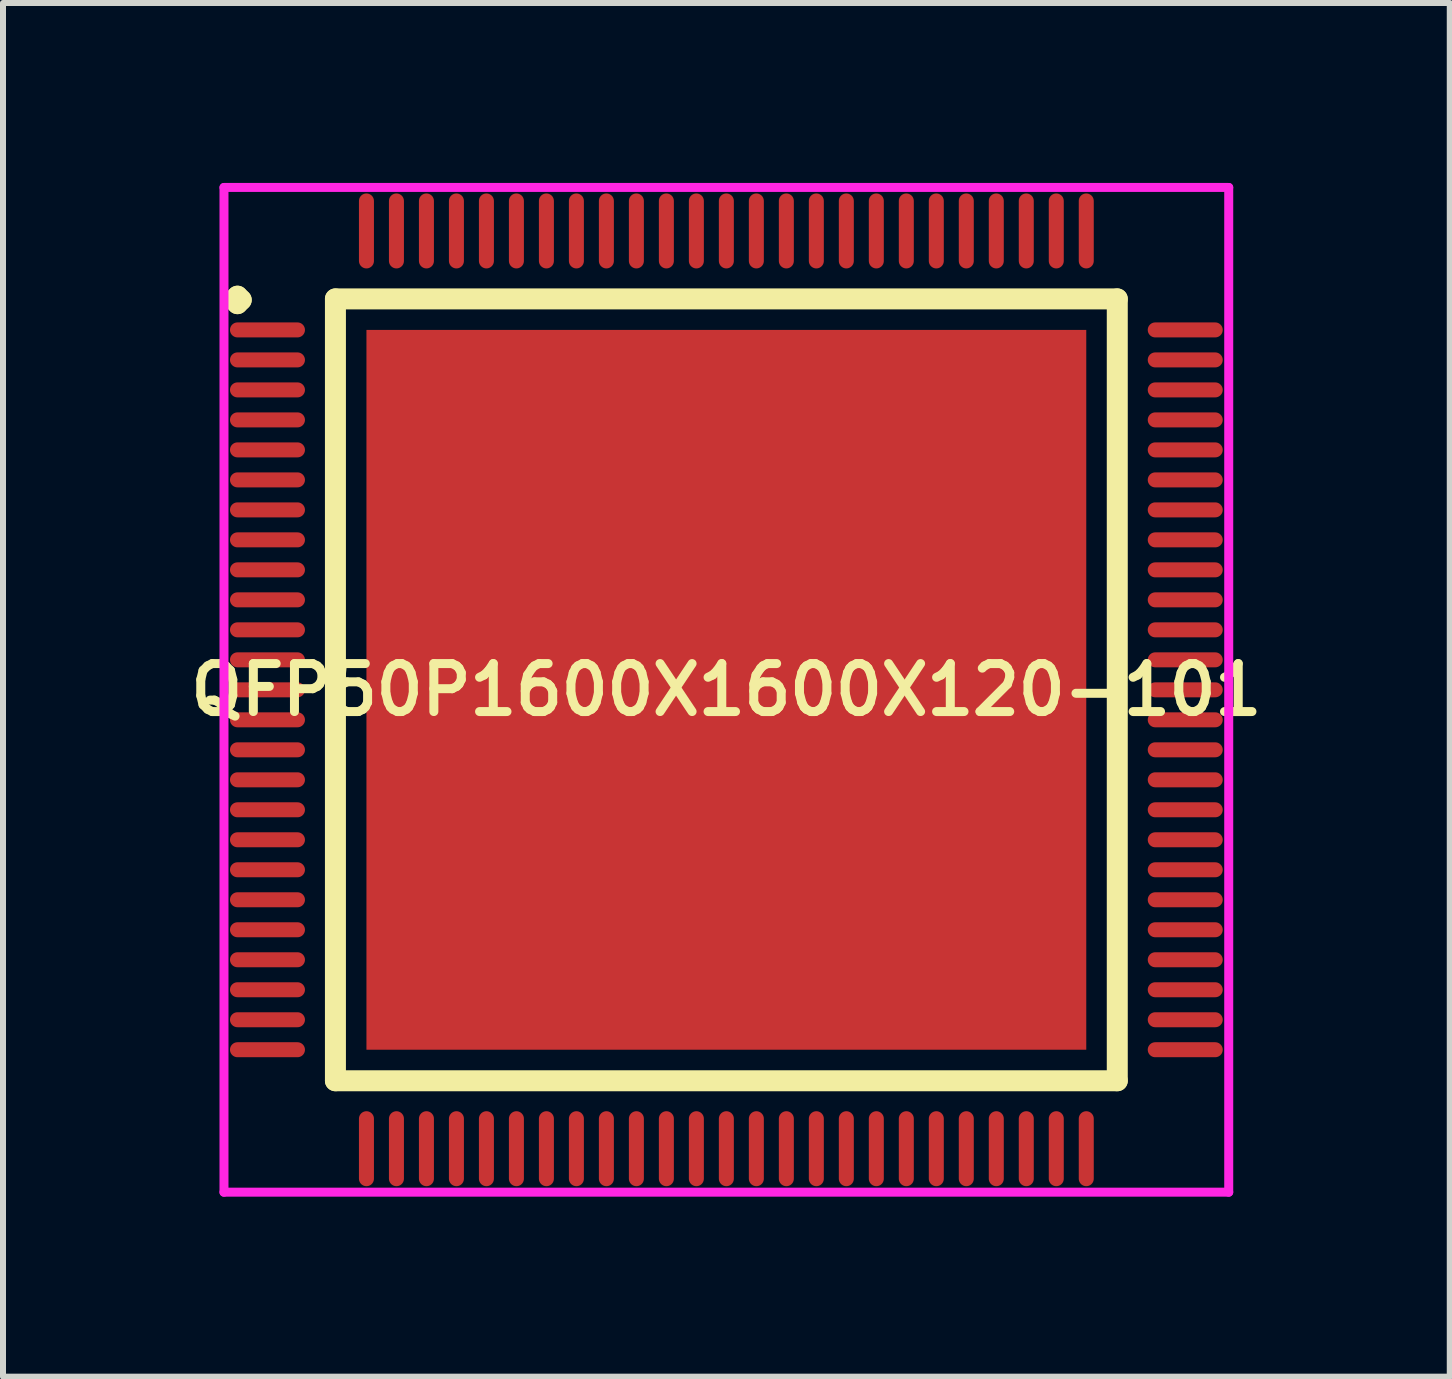
<source format=kicad_pcb>
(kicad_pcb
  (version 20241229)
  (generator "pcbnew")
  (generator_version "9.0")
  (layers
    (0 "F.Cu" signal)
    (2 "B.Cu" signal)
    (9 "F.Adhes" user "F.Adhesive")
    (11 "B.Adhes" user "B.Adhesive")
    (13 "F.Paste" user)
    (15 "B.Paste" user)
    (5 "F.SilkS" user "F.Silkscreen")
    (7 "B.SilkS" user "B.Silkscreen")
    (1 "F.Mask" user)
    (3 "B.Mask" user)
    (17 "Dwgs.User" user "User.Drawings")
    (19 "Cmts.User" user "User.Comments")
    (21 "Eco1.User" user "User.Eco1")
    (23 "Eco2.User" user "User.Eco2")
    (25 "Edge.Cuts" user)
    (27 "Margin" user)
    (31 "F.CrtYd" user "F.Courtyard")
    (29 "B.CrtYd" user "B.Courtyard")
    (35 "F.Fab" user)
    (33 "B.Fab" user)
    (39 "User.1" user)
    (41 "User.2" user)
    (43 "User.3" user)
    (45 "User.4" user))
  (footprint "QFP50P1600X1600X120-101"
    (layer "F.Cu")
    (at 9.059 8.45)
    (property "Reference" "QFP50P1600X1600X120-101" (at 0 0 0) (layer "F.SilkS") (effects (font (size 0.8 0.8) (thickness 0.15))))
    (attr smd)
    (fp_line (start -8.213 -6.5) (end -8.15 -6.562) (stroke (width 0.35) (type solid)) (layer "F.SilkS"))
    (fp_line (start -8.15 -6.562) (end -8.088 -6.5) (stroke (width 0.35) (type solid)) (layer "F.SilkS"))
    (fp_line (start -8.15 -6.438) (end -8.213 -6.5) (stroke (width 0.35) (type solid)) (layer "F.SilkS"))
    (fp_line (start -8.088 -6.5) (end -8.15 -6.438) (stroke (width 0.35) (type solid)) (layer "F.SilkS"))
    (fp_line (start -6.517 -6.517) (end -6.517 6.517) (stroke (width 0.35) (type solid)) (layer "F.SilkS"))
    (fp_line (start -6.517 6.517) (end 6.517 6.517) (stroke (width 0.35) (type solid)) (layer "F.SilkS"))
    (fp_line (start 6.517 -6.517) (end -6.517 -6.517) (stroke (width 0.35) (type solid)) (layer "F.SilkS"))
    (fp_line (start 6.517 6.517) (end 6.517 -6.517) (stroke (width 0.35) (type solid)) (layer "F.SilkS"))
    (fp_line (start -8.375 -8.375) (end 8.375 -8.375) (stroke (width 0.15) (type solid)) (layer "F.CrtYd"))
    (fp_line (start -8.375 8.375) (end -8.375 -8.375) (stroke (width 0.15) (type solid)) (layer "F.CrtYd"))
    (fp_line (start 8.375 -8.375) (end 8.375 8.375) (stroke (width 0.15) (type solid)) (layer "F.CrtYd"))
    (fp_line (start 8.375 8.375) (end -8.375 8.375) (stroke (width 0.15) (type solid)) (layer "F.CrtYd"))
    (pad "1" smd oval (at -7.65 -6) (size 1.25 0.25) (layers "F.Cu" "F.Mask" "F.Paste"))
    (pad "2" smd oval (at -7.65 -5.5) (size 1.25 0.25) (layers "F.Cu" "F.Mask" "F.Paste"))
    (pad "3" smd oval (at -7.65 -5) (size 1.25 0.25) (layers "F.Cu" "F.Mask" "F.Paste"))
    (pad "4" smd oval (at -7.65 -4.5) (size 1.25 0.25) (layers "F.Cu" "F.Mask" "F.Paste"))
    (pad "5" smd oval (at -7.65 -4) (size 1.25 0.25) (layers "F.Cu" "F.Mask" "F.Paste"))
    (pad "6" smd oval (at -7.65 -3.5) (size 1.25 0.25) (layers "F.Cu" "F.Mask" "F.Paste"))
    (pad "7" smd oval (at -7.65 -3) (size 1.25 0.25) (layers "F.Cu" "F.Mask" "F.Paste"))
    (pad "8" smd oval (at -7.65 -2.5) (size 1.25 0.25) (layers "F.Cu" "F.Mask" "F.Paste"))
    (pad "9" smd oval (at -7.65 -2) (size 1.25 0.25) (layers "F.Cu" "F.Mask" "F.Paste"))
    (pad "10" smd oval (at -7.65 -1.5) (size 1.25 0.25) (layers "F.Cu" "F.Mask" "F.Paste"))
    (pad "11" smd oval (at -7.65 -1) (size 1.25 0.25) (layers "F.Cu" "F.Mask" "F.Paste"))
    (pad "12" smd oval (at -7.65 -0.5) (size 1.25 0.25) (layers "F.Cu" "F.Mask" "F.Paste"))
    (pad "13" smd oval (at -7.65 0) (size 1.25 0.25) (layers "F.Cu" "F.Mask" "F.Paste"))
    (pad "14" smd oval (at -7.65 0.5) (size 1.25 0.25) (layers "F.Cu" "F.Mask" "F.Paste"))
    (pad "15" smd oval (at -7.65 1) (size 1.25 0.25) (layers "F.Cu" "F.Mask" "F.Paste"))
    (pad "16" smd oval (at -7.65 1.5) (size 1.25 0.25) (layers "F.Cu" "F.Mask" "F.Paste"))
    (pad "17" smd oval (at -7.65 2) (size 1.25 0.25) (layers "F.Cu" "F.Mask" "F.Paste"))
    (pad "18" smd oval (at -7.65 2.5) (size 1.25 0.25) (layers "F.Cu" "F.Mask" "F.Paste"))
    (pad "19" smd oval (at -7.65 3) (size 1.25 0.25) (layers "F.Cu" "F.Mask" "F.Paste"))
    (pad "20" smd oval (at -7.65 3.5) (size 1.25 0.25) (layers "F.Cu" "F.Mask" "F.Paste"))
    (pad "21" smd oval (at -7.65 4) (size 1.25 0.25) (layers "F.Cu" "F.Mask" "F.Paste"))
    (pad "22" smd oval (at -7.65 4.5) (size 1.25 0.25) (layers "F.Cu" "F.Mask" "F.Paste"))
    (pad "23" smd oval (at -7.65 5) (size 1.25 0.25) (layers "F.Cu" "F.Mask" "F.Paste"))
    (pad "24" smd oval (at -7.65 5.5) (size 1.25 0.25) (layers "F.Cu" "F.Mask" "F.Paste"))
    (pad "25" smd oval (at -7.65 6) (size 1.25 0.25) (layers "F.Cu" "F.Mask" "F.Paste"))
    (pad "26" smd oval (at -6 7.65) (size 0.25 1.25) (layers "F.Cu" "F.Mask" "F.Paste"))
    (pad "27" smd oval (at -5.5 7.65) (size 0.25 1.25) (layers "F.Cu" "F.Mask" "F.Paste"))
    (pad "28" smd oval (at -5 7.65) (size 0.25 1.25) (layers "F.Cu" "F.Mask" "F.Paste"))
    (pad "29" smd oval (at -4.5 7.65) (size 0.25 1.25) (layers "F.Cu" "F.Mask" "F.Paste"))
    (pad "30" smd oval (at -4 7.65) (size 0.25 1.25) (layers "F.Cu" "F.Mask" "F.Paste"))
    (pad "31" smd oval (at -3.5 7.65) (size 0.25 1.25) (layers "F.Cu" "F.Mask" "F.Paste"))
    (pad "32" smd oval (at -3 7.65) (size 0.25 1.25) (layers "F.Cu" "F.Mask" "F.Paste"))
    (pad "33" smd oval (at -2.5 7.65) (size 0.25 1.25) (layers "F.Cu" "F.Mask" "F.Paste"))
    (pad "34" smd oval (at -2 7.65) (size 0.25 1.25) (layers "F.Cu" "F.Mask" "F.Paste"))
    (pad "35" smd oval (at -1.5 7.65) (size 0.25 1.25) (layers "F.Cu" "F.Mask" "F.Paste"))
    (pad "36" smd oval (at -1 7.65) (size 0.25 1.25) (layers "F.Cu" "F.Mask" "F.Paste"))
    (pad "37" smd oval (at -0.5 7.65) (size 0.25 1.25) (layers "F.Cu" "F.Mask" "F.Paste"))
    (pad "38" smd oval (at 0 7.65) (size 0.25 1.25) (layers "F.Cu" "F.Mask" "F.Paste"))
    (pad "39" smd oval (at 0.5 7.65) (size 0.25 1.25) (layers "F.Cu" "F.Mask" "F.Paste"))
    (pad "40" smd oval (at 1 7.65) (size 0.25 1.25) (layers "F.Cu" "F.Mask" "F.Paste"))
    (pad "41" smd oval (at 1.5 7.65) (size 0.25 1.25) (layers "F.Cu" "F.Mask" "F.Paste"))
    (pad "42" smd oval (at 2 7.65) (size 0.25 1.25) (layers "F.Cu" "F.Mask" "F.Paste"))
    (pad "43" smd oval (at 2.5 7.65) (size 0.25 1.25) (layers "F.Cu" "F.Mask" "F.Paste"))
    (pad "44" smd oval (at 3 7.65) (size 0.25 1.25) (layers "F.Cu" "F.Mask" "F.Paste"))
    (pad "45" smd oval (at 3.5 7.65) (size 0.25 1.25) (layers "F.Cu" "F.Mask" "F.Paste"))
    (pad "46" smd oval (at 4 7.65) (size 0.25 1.25) (layers "F.Cu" "F.Mask" "F.Paste"))
    (pad "47" smd oval (at 4.5 7.65) (size 0.25 1.25) (layers "F.Cu" "F.Mask" "F.Paste"))
    (pad "48" smd oval (at 5 7.65) (size 0.25 1.25) (layers "F.Cu" "F.Mask" "F.Paste"))
    (pad "49" smd oval (at 5.5 7.65) (size 0.25 1.25) (layers "F.Cu" "F.Mask" "F.Paste"))
    (pad "50" smd oval (at 6 7.65) (size 0.25 1.25) (layers "F.Cu" "F.Mask" "F.Paste"))
    (pad "51" smd oval (at 7.65 6) (size 1.25 0.25) (layers "F.Cu" "F.Mask" "F.Paste"))
    (pad "52" smd oval (at 7.65 5.5) (size 1.25 0.25) (layers "F.Cu" "F.Mask" "F.Paste"))
    (pad "53" smd oval (at 7.65 5) (size 1.25 0.25) (layers "F.Cu" "F.Mask" "F.Paste"))
    (pad "54" smd oval (at 7.65 4.5) (size 1.25 0.25) (layers "F.Cu" "F.Mask" "F.Paste"))
    (pad "55" smd oval (at 7.65 4) (size 1.25 0.25) (layers "F.Cu" "F.Mask" "F.Paste"))
    (pad "56" smd oval (at 7.65 3.5) (size 1.25 0.25) (layers "F.Cu" "F.Mask" "F.Paste"))
    (pad "57" smd oval (at 7.65 3) (size 1.25 0.25) (layers "F.Cu" "F.Mask" "F.Paste"))
    (pad "58" smd oval (at 7.65 2.5) (size 1.25 0.25) (layers "F.Cu" "F.Mask" "F.Paste"))
    (pad "59" smd oval (at 7.65 2) (size 1.25 0.25) (layers "F.Cu" "F.Mask" "F.Paste"))
    (pad "60" smd oval (at 7.65 1.5) (size 1.25 0.25) (layers "F.Cu" "F.Mask" "F.Paste"))
    (pad "61" smd oval (at 7.65 1) (size 1.25 0.25) (layers "F.Cu" "F.Mask" "F.Paste"))
    (pad "62" smd oval (at 7.65 0.5) (size 1.25 0.25) (layers "F.Cu" "F.Mask" "F.Paste"))
    (pad "63" smd oval (at 7.65 0) (size 1.25 0.25) (layers "F.Cu" "F.Mask" "F.Paste"))
    (pad "64" smd oval (at 7.65 -0.5) (size 1.25 0.25) (layers "F.Cu" "F.Mask" "F.Paste"))
    (pad "65" smd oval (at 7.65 -1) (size 1.25 0.25) (layers "F.Cu" "F.Mask" "F.Paste"))
    (pad "66" smd oval (at 7.65 -1.5) (size 1.25 0.25) (layers "F.Cu" "F.Mask" "F.Paste"))
    (pad "67" smd oval (at 7.65 -2) (size 1.25 0.25) (layers "F.Cu" "F.Mask" "F.Paste"))
    (pad "68" smd oval (at 7.65 -2.5) (size 1.25 0.25) (layers "F.Cu" "F.Mask" "F.Paste"))
    (pad "69" smd oval (at 7.65 -3) (size 1.25 0.25) (layers "F.Cu" "F.Mask" "F.Paste"))
    (pad "70" smd oval (at 7.65 -3.5) (size 1.25 0.25) (layers "F.Cu" "F.Mask" "F.Paste"))
    (pad "71" smd oval (at 7.65 -4) (size 1.25 0.25) (layers "F.Cu" "F.Mask" "F.Paste"))
    (pad "72" smd oval (at 7.65 -4.5) (size 1.25 0.25) (layers "F.Cu" "F.Mask" "F.Paste"))
    (pad "73" smd oval (at 7.65 -5) (size 1.25 0.25) (layers "F.Cu" "F.Mask" "F.Paste"))
    (pad "74" smd oval (at 7.65 -5.5) (size 1.25 0.25) (layers "F.Cu" "F.Mask" "F.Paste"))
    (pad "75" smd oval (at 7.65 -6) (size 1.25 0.25) (layers "F.Cu" "F.Mask" "F.Paste"))
    (pad "76" smd oval (at 6 -7.65) (size 0.25 1.25) (layers "F.Cu" "F.Mask" "F.Paste"))
    (pad "77" smd oval (at 5.5 -7.65) (size 0.25 1.25) (layers "F.Cu" "F.Mask" "F.Paste"))
    (pad "78" smd oval (at 5 -7.65) (size 0.25 1.25) (layers "F.Cu" "F.Mask" "F.Paste"))
    (pad "79" smd oval (at 4.5 -7.65) (size 0.25 1.25) (layers "F.Cu" "F.Mask" "F.Paste"))
    (pad "80" smd oval (at 4 -7.65) (size 0.25 1.25) (layers "F.Cu" "F.Mask" "F.Paste"))
    (pad "81" smd oval (at 3.5 -7.65) (size 0.25 1.25) (layers "F.Cu" "F.Mask" "F.Paste"))
    (pad "82" smd oval (at 3 -7.65) (size 0.25 1.25) (layers "F.Cu" "F.Mask" "F.Paste"))
    (pad "83" smd oval (at 2.5 -7.65) (size 0.25 1.25) (layers "F.Cu" "F.Mask" "F.Paste"))
    (pad "84" smd oval (at 2 -7.65) (size 0.25 1.25) (layers "F.Cu" "F.Mask" "F.Paste"))
    (pad "85" smd oval (at 1.5 -7.65) (size 0.25 1.25) (layers "F.Cu" "F.Mask" "F.Paste"))
    (pad "86" smd oval (at 1 -7.65) (size 0.25 1.25) (layers "F.Cu" "F.Mask" "F.Paste"))
    (pad "87" smd oval (at 0.5 -7.65) (size 0.25 1.25) (layers "F.Cu" "F.Mask" "F.Paste"))
    (pad "88" smd oval (at 0 -7.65) (size 0.25 1.25) (layers "F.Cu" "F.Mask" "F.Paste"))
    (pad "89" smd oval (at -0.5 -7.65) (size 0.25 1.25) (layers "F.Cu" "F.Mask" "F.Paste"))
    (pad "90" smd oval (at -1 -7.65) (size 0.25 1.25) (layers "F.Cu" "F.Mask" "F.Paste"))
    (pad "91" smd oval (at -1.5 -7.65) (size 0.25 1.25) (layers "F.Cu" "F.Mask" "F.Paste"))
    (pad "92" smd oval (at -2 -7.65) (size 0.25 1.25) (layers "F.Cu" "F.Mask" "F.Paste"))
    (pad "93" smd oval (at -2.5 -7.65) (size 0.25 1.25) (layers "F.Cu" "F.Mask" "F.Paste"))
    (pad "94" smd oval (at -3 -7.65) (size 0.25 1.25) (layers "F.Cu" "F.Mask" "F.Paste"))
    (pad "95" smd oval (at -3.5 -7.65) (size 0.25 1.25) (layers "F.Cu" "F.Mask" "F.Paste"))
    (pad "96" smd oval (at -4 -7.65) (size 0.25 1.25) (layers "F.Cu" "F.Mask" "F.Paste"))
    (pad "97" smd oval (at -4.5 -7.65) (size 0.25 1.25) (layers "F.Cu" "F.Mask" "F.Paste"))
    (pad "98" smd oval (at -5 -7.65) (size 0.25 1.25) (layers "F.Cu" "F.Mask" "F.Paste"))
    (pad "99" smd oval (at -5.5 -7.65) (size 0.25 1.25) (layers "F.Cu" "F.Mask" "F.Paste"))
    (pad "100" smd oval (at -6 -7.65) (size 0.25 1.25) (layers "F.Cu" "F.Mask" "F.Paste"))
    (pad "101" smd rect (at 0 0) (size 12 12) (layers "F.Cu" "F.Mask" "F.Paste")))
  (gr_rect
    (start -3 -3)
    (end 21.119 19.9)
    (stroke (width 0.1) (type default))
    (fill no)
    (layer "Edge.Cuts")))
</source>
